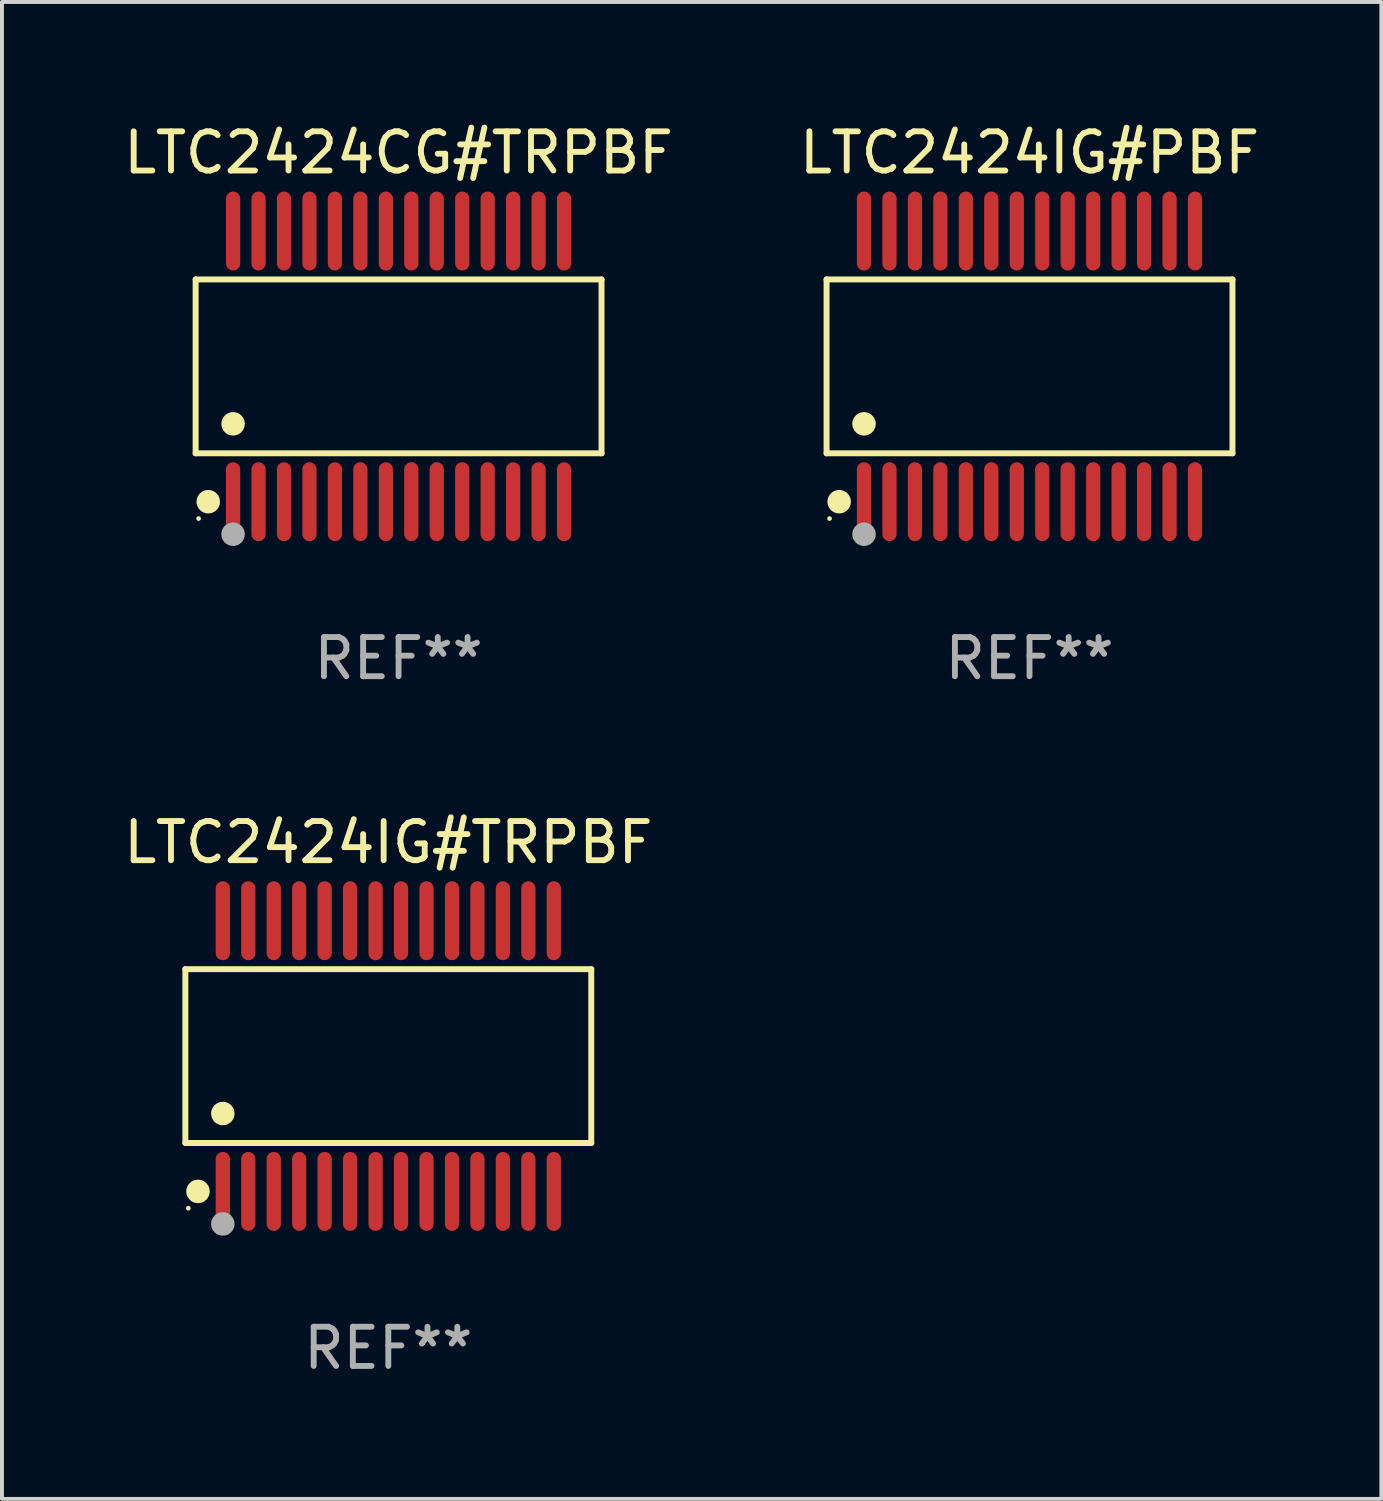
<source format=kicad_pcb>
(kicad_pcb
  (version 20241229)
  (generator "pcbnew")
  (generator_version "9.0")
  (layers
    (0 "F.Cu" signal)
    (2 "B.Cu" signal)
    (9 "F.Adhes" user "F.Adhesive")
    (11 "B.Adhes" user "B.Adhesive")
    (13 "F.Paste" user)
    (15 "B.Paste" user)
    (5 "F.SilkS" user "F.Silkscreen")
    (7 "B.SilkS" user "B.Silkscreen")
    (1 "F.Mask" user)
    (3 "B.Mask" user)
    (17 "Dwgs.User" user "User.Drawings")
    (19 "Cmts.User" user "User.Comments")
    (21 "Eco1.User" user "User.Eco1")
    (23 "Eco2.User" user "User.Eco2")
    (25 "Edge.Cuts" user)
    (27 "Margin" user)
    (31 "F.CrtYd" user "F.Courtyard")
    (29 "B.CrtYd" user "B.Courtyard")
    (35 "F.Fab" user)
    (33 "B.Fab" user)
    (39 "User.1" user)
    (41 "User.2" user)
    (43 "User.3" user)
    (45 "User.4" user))
  (footprint "LTC2424IG#TRPBF"
    (layer "F.Cu")
    (at 6.863 23.91)
    (property "Reference" "LTC2424IG#TRPBF" (at 0 -5.455 0) (layer "F.SilkS") (effects (font (size 1 1) (thickness 0.15))))
    (attr through_hole)
    (fp_line (start -5.181 -2.219) (end 5.181 -2.219) (stroke (width 0.152) (type solid)) (layer "F.SilkS"))
    (fp_line (start -5.181 2.219) (end -5.181 -2.219) (stroke (width 0.152) (type solid)) (layer "F.SilkS"))
    (fp_line (start 5.181 -2.219) (end 5.181 2.219) (stroke (width 0.152) (type solid)) (layer "F.SilkS"))
    (fp_line (start 5.181 2.219) (end -5.181 2.219) (stroke (width 0.152) (type solid)) (layer "F.SilkS"))
    (fp_circle (center -5.105 3.885) (end -5.075 3.885) (stroke (width 0.06) (type solid)) (fill no) (layer "F.SilkS"))
    (fp_circle (center -4.859 3.455) (end -4.709 3.455) (stroke (width 0.3) (type solid)) (fill no) (layer "F.SilkS"))
    (fp_circle (center -4.225 1.467) (end -4.075 1.467) (stroke (width 0.3) (type solid)) (fill no) (layer "F.SilkS"))
    (fp_circle (center -4.225 4.285) (end -4.075 4.285) (stroke (width 0.3) (type solid)) (fill no) (layer "F.Fab"))
    (fp_text user "REF**" (at 0 7.455 0) (layer "F.Fab") (effects (font (size 1 1) (thickness 0.15))))
    (pad "1" smd oval (at -4.225 3.455) (size 0.364 2.015) (layers "F.Cu" "F.Mask" "F.Paste"))
    (pad "2" smd oval (at -3.575 3.455) (size 0.364 2.015) (layers "F.Cu" "F.Mask" "F.Paste"))
    (pad "3" smd oval (at -2.925 3.455) (size 0.364 2.015) (layers "F.Cu" "F.Mask" "F.Paste"))
    (pad "4" smd oval (at -2.275 3.455) (size 0.364 2.015) (layers "F.Cu" "F.Mask" "F.Paste"))
    (pad "5" smd oval (at -1.625 3.455) (size 0.364 2.015) (layers "F.Cu" "F.Mask" "F.Paste"))
    (pad "6" smd oval (at -0.975 3.455) (size 0.364 2.015) (layers "F.Cu" "F.Mask" "F.Paste"))
    (pad "7" smd oval (at -0.325 3.455) (size 0.364 2.015) (layers "F.Cu" "F.Mask" "F.Paste"))
    (pad "8" smd oval (at 0.325 3.455) (size 0.364 2.015) (layers "F.Cu" "F.Mask" "F.Paste"))
    (pad "9" smd oval (at 0.975 3.455) (size 0.364 2.015) (layers "F.Cu" "F.Mask" "F.Paste"))
    (pad "10" smd oval (at 1.625 3.455) (size 0.364 2.015) (layers "F.Cu" "F.Mask" "F.Paste"))
    (pad "11" smd oval (at 2.275 3.455) (size 0.364 2.015) (layers "F.Cu" "F.Mask" "F.Paste"))
    (pad "12" smd oval (at 2.925 3.455) (size 0.364 2.015) (layers "F.Cu" "F.Mask" "F.Paste"))
    (pad "13" smd oval (at 3.575 3.455) (size 0.364 2.015) (layers "F.Cu" "F.Mask" "F.Paste"))
    (pad "14" smd oval (at 4.225 3.455) (size 0.364 2.015) (layers "F.Cu" "F.Mask" "F.Paste"))
    (pad "15" smd oval (at 4.225 -3.455) (size 0.364 2.015) (layers "F.Cu" "F.Mask" "F.Paste"))
    (pad "16" smd oval (at 3.575 -3.455) (size 0.364 2.015) (layers "F.Cu" "F.Mask" "F.Paste"))
    (pad "17" smd oval (at 2.925 -3.455) (size 0.364 2.015) (layers "F.Cu" "F.Mask" "F.Paste"))
    (pad "18" smd oval (at 2.275 -3.455) (size 0.364 2.015) (layers "F.Cu" "F.Mask" "F.Paste"))
    (pad "19" smd oval (at 1.625 -3.455) (size 0.364 2.015) (layers "F.Cu" "F.Mask" "F.Paste"))
    (pad "20" smd oval (at 0.975 -3.455) (size 0.364 2.015) (layers "F.Cu" "F.Mask" "F.Paste"))
    (pad "21" smd oval (at 0.325 -3.455) (size 0.364 2.015) (layers "F.Cu" "F.Mask" "F.Paste"))
    (pad "22" smd oval (at -0.325 -3.455) (size 0.364 2.015) (layers "F.Cu" "F.Mask" "F.Paste"))
    (pad "23" smd oval (at -0.975 -3.455) (size 0.364 2.015) (layers "F.Cu" "F.Mask" "F.Paste"))
    (pad "24" smd oval (at -1.625 -3.455) (size 0.364 2.015) (layers "F.Cu" "F.Mask" "F.Paste"))
    (pad "25" smd oval (at -2.275 -3.455) (size 0.364 2.015) (layers "F.Cu" "F.Mask" "F.Paste"))
    (pad "26" smd oval (at -2.925 -3.455) (size 0.364 2.015) (layers "F.Cu" "F.Mask" "F.Paste"))
    (pad "27" smd oval (at -3.575 -3.455) (size 0.364 2.015) (layers "F.Cu" "F.Mask" "F.Paste"))
    (pad "28" smd oval (at -4.225 -3.455) (size 0.364 2.015) (layers "F.Cu" "F.Mask" "F.Paste")))
  (footprint "LTC2424CG#TRPBF"
    (layer "F.Cu")
    (at 7.125 6.303)
    (property "Reference" "LTC2424CG#TRPBF" (at 0 -5.455 0) (layer "F.SilkS") (effects (font (size 1 1) (thickness 0.15))))
    (attr through_hole)
    (fp_line (start -5.181 -2.219) (end 5.181 -2.219) (stroke (width 0.152) (type solid)) (layer "F.SilkS"))
    (fp_line (start -5.181 2.219) (end -5.181 -2.219) (stroke (width 0.152) (type solid)) (layer "F.SilkS"))
    (fp_line (start 5.181 -2.219) (end 5.181 2.219) (stroke (width 0.152) (type solid)) (layer "F.SilkS"))
    (fp_line (start 5.181 2.219) (end -5.181 2.219) (stroke (width 0.152) (type solid)) (layer "F.SilkS"))
    (fp_circle (center -5.105 3.885) (end -5.075 3.885) (stroke (width 0.06) (type solid)) (fill no) (layer "F.SilkS"))
    (fp_circle (center -4.859 3.455) (end -4.709 3.455) (stroke (width 0.3) (type solid)) (fill no) (layer "F.SilkS"))
    (fp_circle (center -4.225 1.467) (end -4.075 1.467) (stroke (width 0.3) (type solid)) (fill no) (layer "F.SilkS"))
    (fp_circle (center -4.225 4.285) (end -4.075 4.285) (stroke (width 0.3) (type solid)) (fill no) (layer "F.Fab"))
    (fp_text user "REF**" (at 0 7.455 0) (layer "F.Fab") (effects (font (size 1 1) (thickness 0.15))))
    (pad "1" smd oval (at -4.225 3.455) (size 0.364 2.015) (layers "F.Cu" "F.Mask" "F.Paste"))
    (pad "2" smd oval (at -3.575 3.455) (size 0.364 2.015) (layers "F.Cu" "F.Mask" "F.Paste"))
    (pad "3" smd oval (at -2.925 3.455) (size 0.364 2.015) (layers "F.Cu" "F.Mask" "F.Paste"))
    (pad "4" smd oval (at -2.275 3.455) (size 0.364 2.015) (layers "F.Cu" "F.Mask" "F.Paste"))
    (pad "5" smd oval (at -1.625 3.455) (size 0.364 2.015) (layers "F.Cu" "F.Mask" "F.Paste"))
    (pad "6" smd oval (at -0.975 3.455) (size 0.364 2.015) (layers "F.Cu" "F.Mask" "F.Paste"))
    (pad "7" smd oval (at -0.325 3.455) (size 0.364 2.015) (layers "F.Cu" "F.Mask" "F.Paste"))
    (pad "8" smd oval (at 0.325 3.455) (size 0.364 2.015) (layers "F.Cu" "F.Mask" "F.Paste"))
    (pad "9" smd oval (at 0.975 3.455) (size 0.364 2.015) (layers "F.Cu" "F.Mask" "F.Paste"))
    (pad "10" smd oval (at 1.625 3.455) (size 0.364 2.015) (layers "F.Cu" "F.Mask" "F.Paste"))
    (pad "11" smd oval (at 2.275 3.455) (size 0.364 2.015) (layers "F.Cu" "F.Mask" "F.Paste"))
    (pad "12" smd oval (at 2.925 3.455) (size 0.364 2.015) (layers "F.Cu" "F.Mask" "F.Paste"))
    (pad "13" smd oval (at 3.575 3.455) (size 0.364 2.015) (layers "F.Cu" "F.Mask" "F.Paste"))
    (pad "14" smd oval (at 4.225 3.455) (size 0.364 2.015) (layers "F.Cu" "F.Mask" "F.Paste"))
    (pad "15" smd oval (at 4.225 -3.455) (size 0.364 2.015) (layers "F.Cu" "F.Mask" "F.Paste"))
    (pad "16" smd oval (at 3.575 -3.455) (size 0.364 2.015) (layers "F.Cu" "F.Mask" "F.Paste"))
    (pad "17" smd oval (at 2.925 -3.455) (size 0.364 2.015) (layers "F.Cu" "F.Mask" "F.Paste"))
    (pad "18" smd oval (at 2.275 -3.455) (size 0.364 2.015) (layers "F.Cu" "F.Mask" "F.Paste"))
    (pad "19" smd oval (at 1.625 -3.455) (size 0.364 2.015) (layers "F.Cu" "F.Mask" "F.Paste"))
    (pad "20" smd oval (at 0.975 -3.455) (size 0.364 2.015) (layers "F.Cu" "F.Mask" "F.Paste"))
    (pad "21" smd oval (at 0.325 -3.455) (size 0.364 2.015) (layers "F.Cu" "F.Mask" "F.Paste"))
    (pad "22" smd oval (at -0.325 -3.455) (size 0.364 2.015) (layers "F.Cu" "F.Mask" "F.Paste"))
    (pad "23" smd oval (at -0.975 -3.455) (size 0.364 2.015) (layers "F.Cu" "F.Mask" "F.Paste"))
    (pad "24" smd oval (at -1.625 -3.455) (size 0.364 2.015) (layers "F.Cu" "F.Mask" "F.Paste"))
    (pad "25" smd oval (at -2.275 -3.455) (size 0.364 2.015) (layers "F.Cu" "F.Mask" "F.Paste"))
    (pad "26" smd oval (at -2.925 -3.455) (size 0.364 2.015) (layers "F.Cu" "F.Mask" "F.Paste"))
    (pad "27" smd oval (at -3.575 -3.455) (size 0.364 2.015) (layers "F.Cu" "F.Mask" "F.Paste"))
    (pad "28" smd oval (at -4.225 -3.455) (size 0.364 2.015) (layers "F.Cu" "F.Mask" "F.Paste")))
  (footprint "LTC2424IG#PBF"
    (layer "F.Cu")
    (at 23.232 6.303)
    (property "Reference" "LTC2424IG#PBF" (at 0 -5.455 0) (layer "F.SilkS") (effects (font (size 1 1) (thickness 0.15))))
    (attr through_hole)
    (fp_line (start -5.181 -2.219) (end 5.181 -2.219) (stroke (width 0.152) (type solid)) (layer "F.SilkS"))
    (fp_line (start -5.181 2.219) (end -5.181 -2.219) (stroke (width 0.152) (type solid)) (layer "F.SilkS"))
    (fp_line (start 5.181 -2.219) (end 5.181 2.219) (stroke (width 0.152) (type solid)) (layer "F.SilkS"))
    (fp_line (start 5.181 2.219) (end -5.181 2.219) (stroke (width 0.152) (type solid)) (layer "F.SilkS"))
    (fp_circle (center -5.105 3.885) (end -5.075 3.885) (stroke (width 0.06) (type solid)) (fill no) (layer "F.SilkS"))
    (fp_circle (center -4.859 3.455) (end -4.709 3.455) (stroke (width 0.3) (type solid)) (fill no) (layer "F.SilkS"))
    (fp_circle (center -4.225 1.467) (end -4.075 1.467) (stroke (width 0.3) (type solid)) (fill no) (layer "F.SilkS"))
    (fp_circle (center -4.225 4.285) (end -4.075 4.285) (stroke (width 0.3) (type solid)) (fill no) (layer "F.Fab"))
    (fp_text user "REF**" (at 0 7.455 0) (layer "F.Fab") (effects (font (size 1 1) (thickness 0.15))))
    (pad "1" smd oval (at -4.225 3.455) (size 0.364 2.015) (layers "F.Cu" "F.Mask" "F.Paste"))
    (pad "2" smd oval (at -3.575 3.455) (size 0.364 2.015) (layers "F.Cu" "F.Mask" "F.Paste"))
    (pad "3" smd oval (at -2.925 3.455) (size 0.364 2.015) (layers "F.Cu" "F.Mask" "F.Paste"))
    (pad "4" smd oval (at -2.275 3.455) (size 0.364 2.015) (layers "F.Cu" "F.Mask" "F.Paste"))
    (pad "5" smd oval (at -1.625 3.455) (size 0.364 2.015) (layers "F.Cu" "F.Mask" "F.Paste"))
    (pad "6" smd oval (at -0.975 3.455) (size 0.364 2.015) (layers "F.Cu" "F.Mask" "F.Paste"))
    (pad "7" smd oval (at -0.325 3.455) (size 0.364 2.015) (layers "F.Cu" "F.Mask" "F.Paste"))
    (pad "8" smd oval (at 0.325 3.455) (size 0.364 2.015) (layers "F.Cu" "F.Mask" "F.Paste"))
    (pad "9" smd oval (at 0.975 3.455) (size 0.364 2.015) (layers "F.Cu" "F.Mask" "F.Paste"))
    (pad "10" smd oval (at 1.625 3.455) (size 0.364 2.015) (layers "F.Cu" "F.Mask" "F.Paste"))
    (pad "11" smd oval (at 2.275 3.455) (size 0.364 2.015) (layers "F.Cu" "F.Mask" "F.Paste"))
    (pad "12" smd oval (at 2.925 3.455) (size 0.364 2.015) (layers "F.Cu" "F.Mask" "F.Paste"))
    (pad "13" smd oval (at 3.575 3.455) (size 0.364 2.015) (layers "F.Cu" "F.Mask" "F.Paste"))
    (pad "14" smd oval (at 4.225 3.455) (size 0.364 2.015) (layers "F.Cu" "F.Mask" "F.Paste"))
    (pad "15" smd oval (at 4.225 -3.455) (size 0.364 2.015) (layers "F.Cu" "F.Mask" "F.Paste"))
    (pad "16" smd oval (at 3.575 -3.455) (size 0.364 2.015) (layers "F.Cu" "F.Mask" "F.Paste"))
    (pad "17" smd oval (at 2.925 -3.455) (size 0.364 2.015) (layers "F.Cu" "F.Mask" "F.Paste"))
    (pad "18" smd oval (at 2.275 -3.455) (size 0.364 2.015) (layers "F.Cu" "F.Mask" "F.Paste"))
    (pad "19" smd oval (at 1.625 -3.455) (size 0.364 2.015) (layers "F.Cu" "F.Mask" "F.Paste"))
    (pad "20" smd oval (at 0.975 -3.455) (size 0.364 2.015) (layers "F.Cu" "F.Mask" "F.Paste"))
    (pad "21" smd oval (at 0.325 -3.455) (size 0.364 2.015) (layers "F.Cu" "F.Mask" "F.Paste"))
    (pad "22" smd oval (at -0.325 -3.455) (size 0.364 2.015) (layers "F.Cu" "F.Mask" "F.Paste"))
    (pad "23" smd oval (at -0.975 -3.455) (size 0.364 2.015) (layers "F.Cu" "F.Mask" "F.Paste"))
    (pad "24" smd oval (at -1.625 -3.455) (size 0.364 2.015) (layers "F.Cu" "F.Mask" "F.Paste"))
    (pad "25" smd oval (at -2.275 -3.455) (size 0.364 2.015) (layers "F.Cu" "F.Mask" "F.Paste"))
    (pad "26" smd oval (at -2.925 -3.455) (size 0.364 2.015) (layers "F.Cu" "F.Mask" "F.Paste"))
    (pad "27" smd oval (at -3.575 -3.455) (size 0.364 2.015) (layers "F.Cu" "F.Mask" "F.Paste"))
    (pad "28" smd oval (at -4.225 -3.455) (size 0.364 2.015) (layers "F.Cu" "F.Mask" "F.Paste")))
  (gr_rect
    (start -3 -3)
    (end 32.214 35.214)
    (stroke (width 0.1) (type default))
    (fill no)
    (layer "Edge.Cuts")))
</source>
